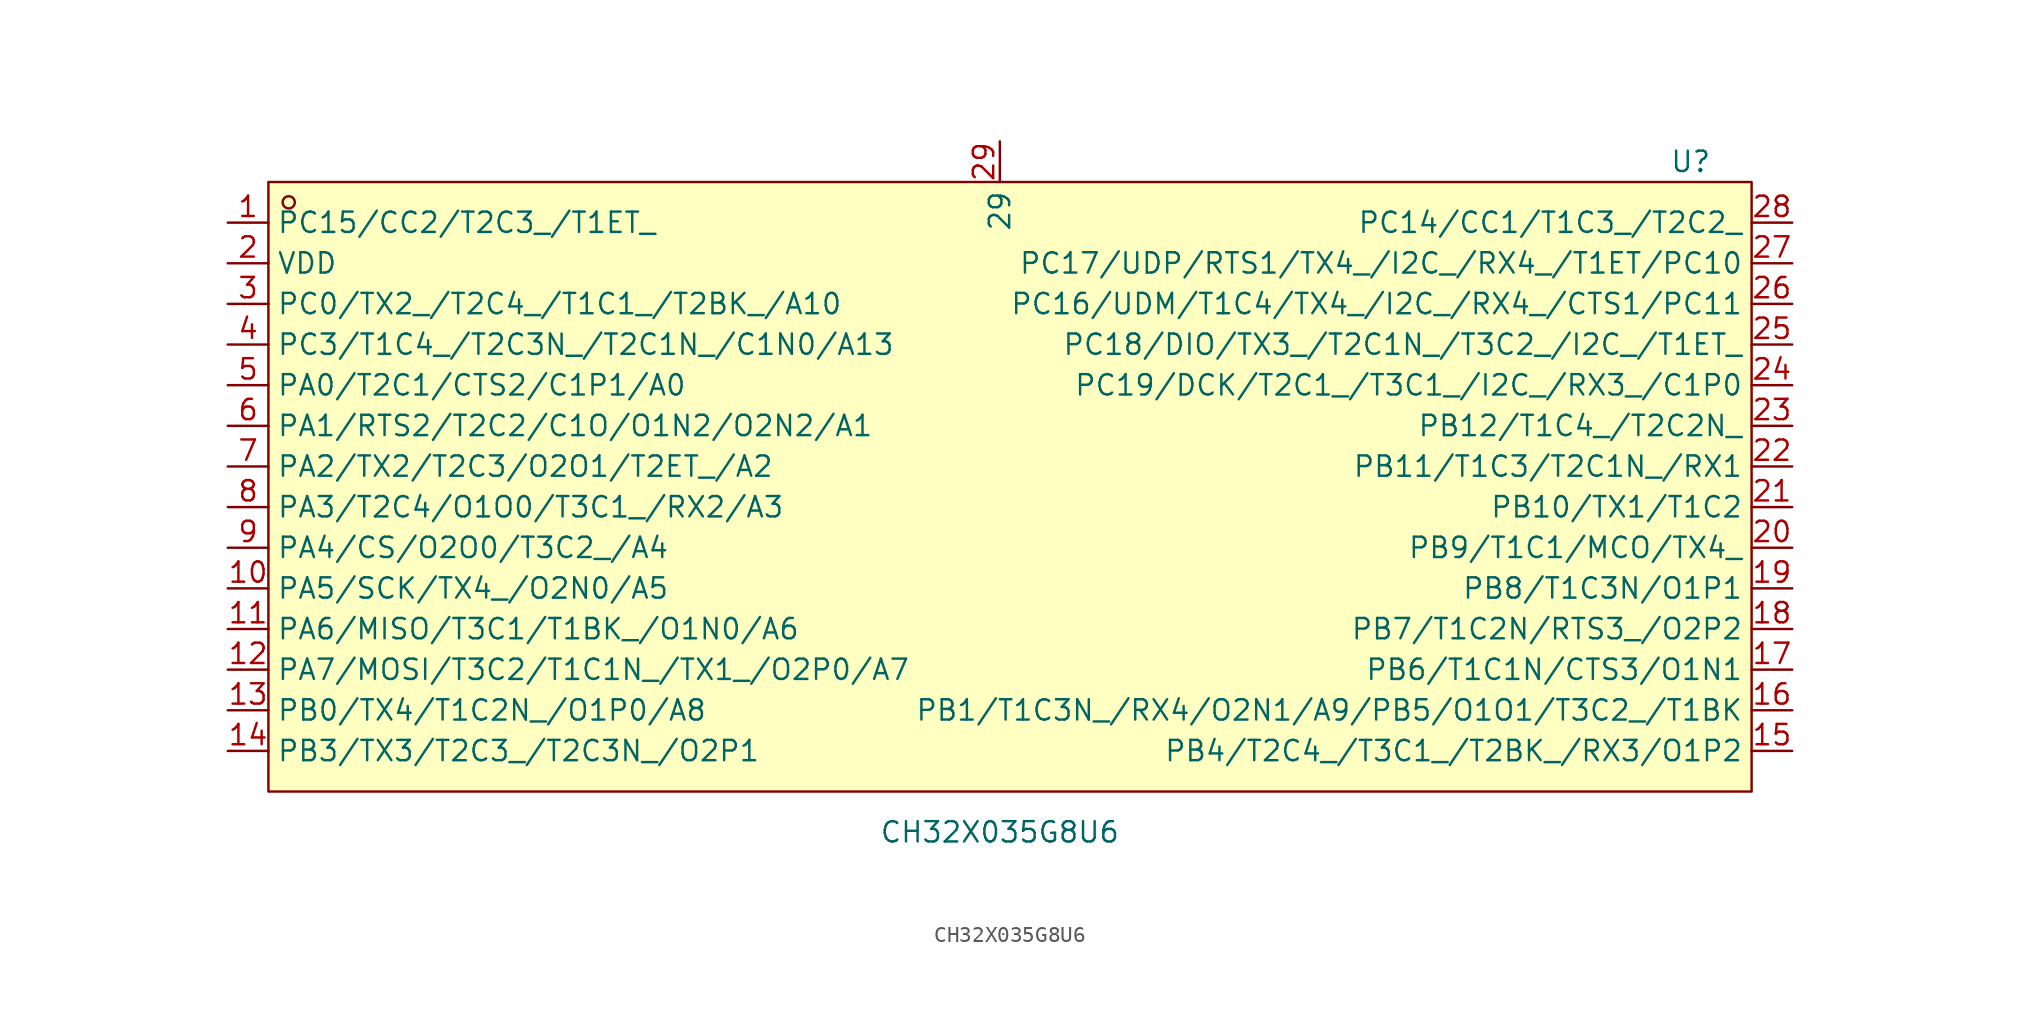
<source format=kicad_sym>
(kicad_symbol_lib
  (version 20220914)
  (generator kicad_symbol_editor)
  (symbol "CH32X035G8U6"
    (property "Reference" "U"
      (at 43.18 19.05 0)
      (effects (font (size 1.27 1.27))))
    (property "Value" "CH32X035G8U6"
      (at 0 -22.86 0)
      (effects (font (size 1.27 1.27))))
    (symbol "CH32X035G8U6_0_1"
      (rectangle (start -45.72 17.78) (end 46.99 -20.32) (stroke (width 0) (type default)) (fill (type background)))
      (circle (center -44.45 16.51) (radius 0.38) (stroke (width 0) (type default)) (fill (type none)))
      (pin unspecified line (at -48.26 15.24 0) (length 2.54) (name "PC15/CC2/T2C3_/T1ET_" (effects (font (size 1.27 1.27)))) (number "1" (effects (font (size 1.27 1.27)))))
      (pin unspecified line (at -48.26 -7.62 0) (length 2.54) (name "PA5/SCK/TX4_/O2N0/A5" (effects (font (size 1.27 1.27)))) (number "10" (effects (font (size 1.27 1.27)))))
      (pin unspecified line (at -48.26 -10.16 0) (length 2.54) (name "PA6/MISO/T3C1/T1BK_/O1N0/A6" (effects (font (size 1.27 1.27)))) (number "11" (effects (font (size 1.27 1.27)))))
      (pin unspecified line (at -48.26 -12.7 0) (length 2.54) (name "PA7/MOSI/T3C2/T1C1N_/TX1_/O2P0/A7" (effects (font (size 1.27 1.27)))) (number "12" (effects (font (size 1.27 1.27)))))
      (pin unspecified line (at -48.26 -15.24 0) (length 2.54) (name "PB0/TX4/T1C2N_/O1P0/A8" (effects (font (size 1.27 1.27)))) (number "13" (effects (font (size 1.27 1.27)))))
      (pin unspecified line (at -48.26 -17.78 0) (length 2.54) (name "PB3/TX3/T2C3_/T2C3N_/O2P1" (effects (font (size 1.27 1.27)))) (number "14" (effects (font (size 1.27 1.27)))))
      (pin unspecified line (at 49.53 -17.78 180) (length 2.54) (name "PB4/T2C4_/T3C1_/T2BK_/RX3/O1P2" (effects (font (size 1.27 1.27)))) (number "15" (effects (font (size 1.27 1.27)))))
      (pin unspecified line (at 49.53 -15.24 180) (length 2.54) (name "PB1/T1C3N_/RX4/O2N1/A9/PB5/O1O1/T3C2_/T1BK" (effects (font (size 1.27 1.27)))) (number "16" (effects (font (size 1.27 1.27)))))
      (pin unspecified line (at 49.53 -12.7 180) (length 2.54) (name "PB6/T1C1N/CTS3/O1N1" (effects (font (size 1.27 1.27)))) (number "17" (effects (font (size 1.27 1.27)))))
      (pin unspecified line (at 49.53 -10.16 180) (length 2.54) (name "PB7/T1C2N/RTS3_/O2P2" (effects (font (size 1.27 1.27)))) (number "18" (effects (font (size 1.27 1.27)))))
      (pin unspecified line (at 49.53 -7.62 180) (length 2.54) (name "PB8/T1C3N/O1P1" (effects (font (size 1.27 1.27)))) (number "19" (effects (font (size 1.27 1.27)))))
      (pin unspecified line (at -48.26 12.7 0) (length 2.54) (name "VDD" (effects (font (size 1.27 1.27)))) (number "2" (effects (font (size 1.27 1.27)))))
      (pin unspecified line (at 49.53 -5.08 180) (length 2.54) (name "PB9/T1C1/MCO/TX4_" (effects (font (size 1.27 1.27)))) (number "20" (effects (font (size 1.27 1.27)))))
      (pin unspecified line (at 49.53 -2.54 180) (length 2.54) (name "PB10/TX1/T1C2" (effects (font (size 1.27 1.27)))) (number "21" (effects (font (size 1.27 1.27)))))
      (pin unspecified line (at 49.53 0 180) (length 2.54) (name "PB11/T1C3/T2C1N_/RX1" (effects (font (size 1.27 1.27)))) (number "22" (effects (font (size 1.27 1.27)))))
      (pin unspecified line (at 49.53 2.54 180) (length 2.54) (name "PB12/T1C4_/T2C2N_" (effects (font (size 1.27 1.27)))) (number "23" (effects (font (size 1.27 1.27)))))
      (pin unspecified line (at 49.53 5.08 180) (length 2.54) (name "PC19/DCK/T2C1_/T3C1_/I2C_/RX3_/C1P0" (effects (font (size 1.27 1.27)))) (number "24" (effects (font (size 1.27 1.27)))))
      (pin unspecified line (at 49.53 7.62 180) (length 2.54) (name "PC18/DIO/TX3_/T2C1N_/T3C2_/I2C_/T1ET_" (effects (font (size 1.27 1.27)))) (number "25" (effects (font (size 1.27 1.27)))))
      (pin unspecified line (at 49.53 10.16 180) (length 2.54) (name "PC16/UDM/T1C4/TX4_/I2C_/RX4_/CTS1/PC11" (effects (font (size 1.27 1.27)))) (number "26" (effects (font (size 1.27 1.27)))))
      (pin unspecified line (at 49.53 12.7 180) (length 2.54) (name "PC17/UDP/RTS1/TX4_/I2C_/RX4_/T1ET/PC10" (effects (font (size 1.27 1.27)))) (number "27" (effects (font (size 1.27 1.27)))))
      (pin unspecified line (at 49.53 15.24 180) (length 2.54) (name "PC14/CC1/T1C3_/T2C2_" (effects (font (size 1.27 1.27)))) (number "28" (effects (font (size 1.27 1.27)))))
      (pin unspecified line (at 0 20.32 270) (length 2.54) (name "29" (effects (font (size 1.27 1.27)))) (number "29" (effects (font (size 1.27 1.27)))))
      (pin unspecified line (at -48.26 10.16 0) (length 2.54) (name "PC0/TX2_/T2C4_/T1C1_/T2BK_/A10" (effects (font (size 1.27 1.27)))) (number "3" (effects (font (size 1.27 1.27)))))
      (pin unspecified line (at -48.26 7.62 0) (length 2.54) (name "PC3/T1C4_/T2C3N_/T2C1N_/C1N0/A13" (effects (font (size 1.27 1.27)))) (number "4" (effects (font (size 1.27 1.27)))))
      (pin unspecified line (at -48.26 5.08 0) (length 2.54) (name "PA0/T2C1/CTS2/C1P1/A0" (effects (font (size 1.27 1.27)))) (number "5" (effects (font (size 1.27 1.27)))))
      (pin unspecified line (at -48.26 2.54 0) (length 2.54) (name "PA1/RTS2/T2C2/C1O/O1N2/O2N2/A1" (effects (font (size 1.27 1.27)))) (number "6" (effects (font (size 1.27 1.27)))))
      (pin unspecified line (at -48.26 0 0) (length 2.54) (name "PA2/TX2/T2C3/O2O1/T2ET_/A2" (effects (font (size 1.27 1.27)))) (number "7" (effects (font (size 1.27 1.27)))))
      (pin unspecified line (at -48.26 -2.54 0) (length 2.54) (name "PA3/T2C4/O1O0/T3C1_/RX2/A3" (effects (font (size 1.27 1.27)))) (number "8" (effects (font (size 1.27 1.27)))))
      (pin unspecified line (at -48.26 -5.08 0) (length 2.54) (name "PA4/CS/O2O0/T3C2_/A4" (effects (font (size 1.27 1.27)))) (number "9" (effects (font (size 1.27 1.27))))))))
</source>
